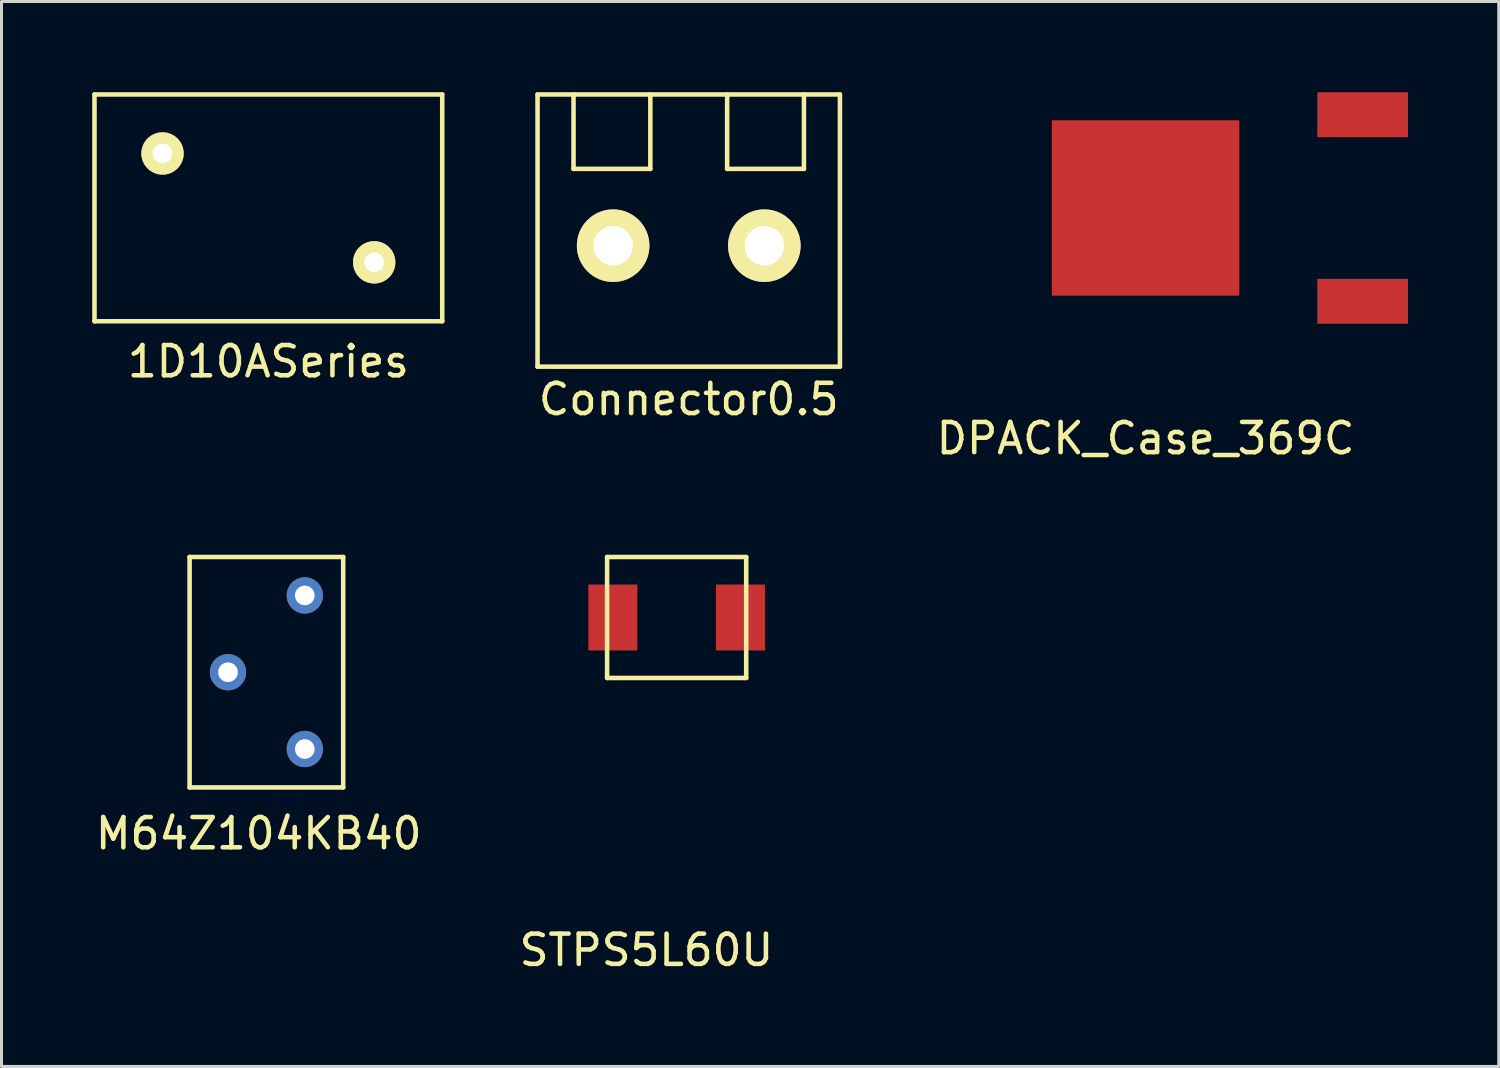
<source format=kicad_pcb>
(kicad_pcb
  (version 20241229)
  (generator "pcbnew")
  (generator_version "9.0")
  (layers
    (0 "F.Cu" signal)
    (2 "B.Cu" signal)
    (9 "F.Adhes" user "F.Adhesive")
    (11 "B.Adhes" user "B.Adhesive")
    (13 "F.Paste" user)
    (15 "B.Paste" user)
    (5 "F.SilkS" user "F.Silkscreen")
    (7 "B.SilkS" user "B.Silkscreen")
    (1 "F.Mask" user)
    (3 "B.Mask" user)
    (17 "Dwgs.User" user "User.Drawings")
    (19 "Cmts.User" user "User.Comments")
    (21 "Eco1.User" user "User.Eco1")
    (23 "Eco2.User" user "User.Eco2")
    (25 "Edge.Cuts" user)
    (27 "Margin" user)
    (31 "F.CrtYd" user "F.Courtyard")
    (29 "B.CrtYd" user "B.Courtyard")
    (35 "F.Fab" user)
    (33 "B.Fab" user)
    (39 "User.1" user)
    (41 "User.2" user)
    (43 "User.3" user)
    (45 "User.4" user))
  (footprint "DPACK_Case_369C"
    (layer "F.Cu")
    (at 34.835 3.828)
    (property "Reference" "DPACK_Case_369C" (at 0 7.62 0) (layer "F.SilkS") (effects (font (size 1 1) (thickness 0.15))))
    (attr through_hole)
    (pad "1" smd rect (at 0 0) (size 6.2 5.8) (layers "F.Cu" "F.Mask" "F.Paste"))
    (pad "2" smd rect (at 7.18 3.085) (size 3 1.485) (layers "F.Cu" "F.Mask" "F.Paste"))
    (pad "3" smd rect (at 7.18 -3.085) (size 3 1.485) (layers "F.Cu" "F.Mask" "F.Paste")))
  (footprint "1D10ASeries"
    (layer "F.Cu")
    (at 5.825 3.825)
    (property "Reference" "1D10ASeries" (at 0 5.08 0) (layer "F.SilkS") (effects (font (size 1 1) (thickness 0.15))))
    (attr through_hole)
    (fp_line (start -5.75 -3.75) (end -5.75 3.75) (stroke (width 0.15) (type solid)) (layer "F.SilkS"))
    (fp_line (start -5.75 -3.75) (end 5.75 -3.75) (stroke (width 0.15) (type solid)) (layer "F.SilkS"))
    (fp_line (start -5.75 3.75) (end 5.75 3.75) (stroke (width 0.15) (type solid)) (layer "F.SilkS"))
    (fp_line (start 5.75 -3.75) (end 5.75 3.75) (stroke (width 0.15) (type solid)) (layer "F.SilkS"))
    (pad "1" thru_hole circle (at -3.5 -1.8) (size 1.4 1.4) (drill 0.65) (layers "*.Cu" "*.Mask" "F.SilkS"))
    (pad "2" thru_hole circle (at 3.5 1.8) (size 1.4 1.4) (drill 0.65) (layers "*.Cu" "*.Mask" "F.SilkS")))
  (footprint "M64Z104KB40"
    (layer "F.Cu")
    (at 4.49 19.181)
    (property "Reference" "M64Z104KB40" (at 1.016 5.334 0) (layer "F.SilkS") (effects (font (size 1 1) (thickness 0.15))))
    (attr through_hole)
    (fp_line (start -1.27 -3.81) (end 3.81 -3.81) (stroke (width 0.15) (type solid)) (layer "F.SilkS"))
    (fp_line (start -1.27 3.81) (end -1.27 -3.81) (stroke (width 0.15) (type solid)) (layer "F.SilkS"))
    (fp_line (start 3.81 -3.81) (end 3.81 3.81) (stroke (width 0.15) (type solid)) (layer "F.SilkS"))
    (fp_line (start 3.81 3.81) (end -1.27 3.81) (stroke (width 0.15) (type solid)) (layer "F.SilkS"))
    (pad "1" thru_hole circle (at 2.54 2.54) (size 1.2 1.2) (drill 0.65) (layers "*.Cu" "*.Mask"))
    (pad "2" thru_hole circle (at 0 0) (size 1.2 1.2) (drill 0.65) (layers "*.Cu" "*.Mask"))
    (pad "3" thru_hole circle (at 2.54 -2.54) (size 1.2 1.2) (drill 0.65) (layers "*.Cu" "*.Mask")))
  (footprint "STPS5L60U"
    (layer "F.Cu")
    (at 19.327 17.371)
    (property "Reference" "STPS5L60U" (at -1 11 0) (layer "F.SilkS") (effects (font (size 1 1) (thickness 0.15))))
    (attr through_hole)
    (fp_line (start -2.3 2) (end -2.3 -2) (stroke (width 0.15) (type solid)) (layer "F.SilkS"))
    (fp_line (start 2.3 -2) (end -2.3 -2) (stroke (width 0.15) (type solid)) (layer "F.SilkS"))
    (fp_line (start 2.3 2) (end -2.3 2) (stroke (width 0.15) (type solid)) (layer "F.SilkS"))
    (fp_line (start 2.3 2) (end 2.3 -2) (stroke (width 0.15) (type solid)) (layer "F.SilkS"))
    (pad "1" smd rect (at -2.11 0) (size 1.62 2.18) (layers "F.Cu" "F.Mask" "F.Paste"))
    (pad "2" smd rect (at 2.11 0) (size 1.62 2.18) (layers "F.Cu" "F.Mask" "F.Paste")))
  (footprint "Connector0.5"
    (layer "F.Cu")
    (at 19.727 5.075)
    (property "Reference" "Connector0.5" (at 0 5.08 0) (layer "F.SilkS") (effects (font (size 1 1) (thickness 0.15))))
    (attr through_hole)
    (fp_line (start -5 -5) (end -5 4) (stroke (width 0.15) (type solid)) (layer "F.SilkS"))
    (fp_line (start -5 -5) (end 5 -5) (stroke (width 0.15) (type solid)) (layer "F.SilkS"))
    (fp_line (start -5 4) (end 5 4) (stroke (width 0.15) (type solid)) (layer "F.SilkS"))
    (fp_line (start -3.81 -5) (end -3.81 -2.54) (stroke (width 0.15) (type solid)) (layer "F.SilkS"))
    (fp_line (start -3.81 -2.54) (end -1.27 -2.54) (stroke (width 0.15) (type solid)) (layer "F.SilkS"))
    (fp_line (start -1.27 -2.54) (end -1.27 -5) (stroke (width 0.15) (type solid)) (layer "F.SilkS"))
    (fp_line (start 1.27 -5) (end 1.27 -2.54) (stroke (width 0.15) (type solid)) (layer "F.SilkS"))
    (fp_line (start 1.27 -2.54) (end 3.81 -2.54) (stroke (width 0.15) (type solid)) (layer "F.SilkS"))
    (fp_line (start 3.81 -2.54) (end 3.81 -5) (stroke (width 0.15) (type solid)) (layer "F.SilkS"))
    (fp_line (start 5 -5) (end 5 4) (stroke (width 0.15) (type solid)) (layer "F.SilkS"))
    (pad "1" thru_hole circle (at -2.5 0) (size 2.4 2.4) (drill 1.3) (layers "*.Cu" "*.Mask" "F.SilkS"))
    (pad "2" thru_hole circle (at 2.5 0) (size 2.4 2.4) (drill 1.3) (layers "*.Cu" "*.Mask" "F.SilkS")))
  (gr_rect
    (start -3 -3)
    (end 46.515 32.219)
    (stroke (width 0.1) (type default))
    (fill no)
    (layer "Edge.Cuts")))
</source>
